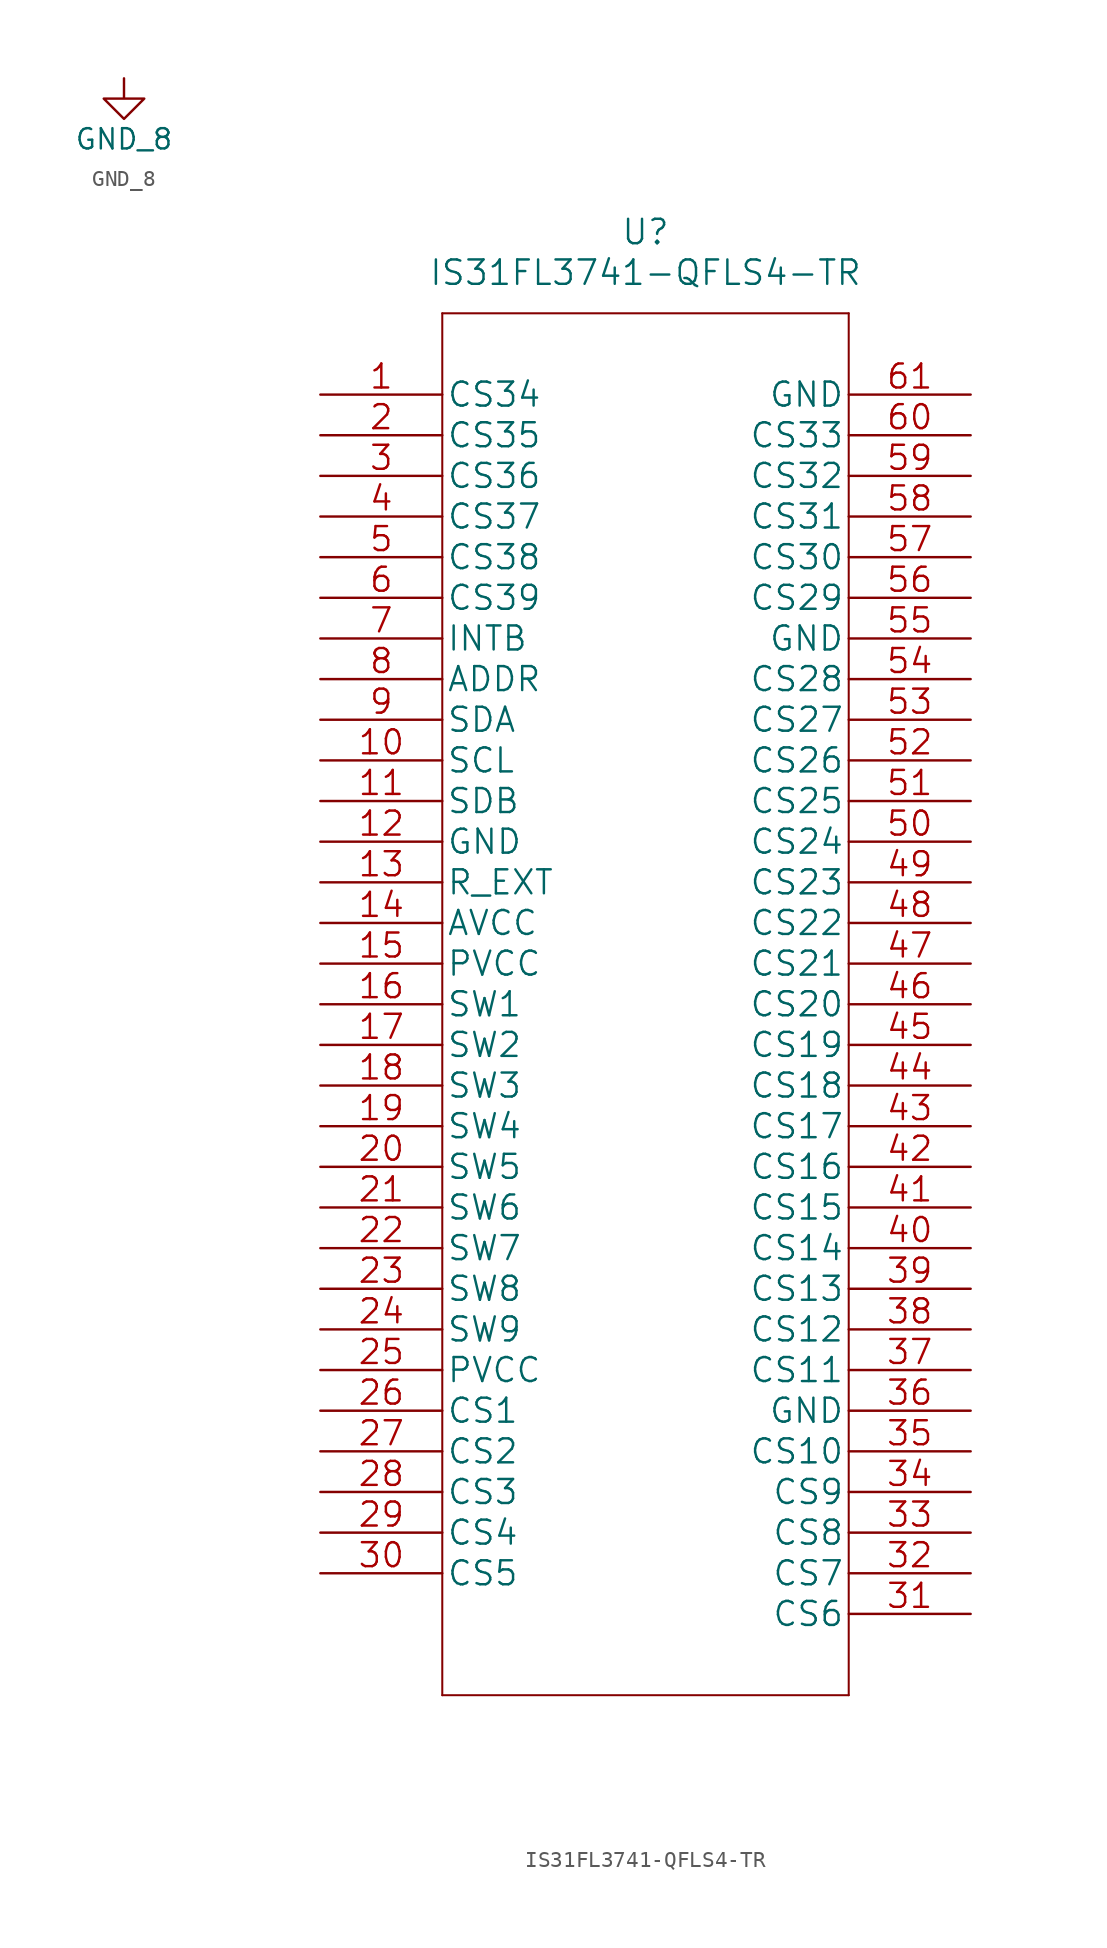
<source format=kicad_sym>
(kicad_symbol_lib
  (version 20211014)
  (generator kicad_symbol_editor)
  (symbol "GND_8"
    (power)
    (pin_names
      (offset 0))
    (property "Reference" "#PWR"
      (at 0 -6.35 0)
      (effects (font (size 1.27 1.27)) hide))
    (property "Value" "GND_8"
      (at 0 -3.81 0)
      (effects (font (size 1.27 1.27))))
    (symbol "GND_8_0_1"
      (polyline (pts (xy 0 0) (xy 0 -1.27) (xy 1.27 -1.27) (xy 0 -2.54) (xy -1.27 -1.27) (xy 0 -1.27)) (stroke (width 0) (type default) (color 0 0 0 0)) (fill (type none))))
    (symbol "GND_8_1_1"
      (pin power_in line (at 0 0 270) (length 0) hide (name "GND_8" (effects (font (size 1.27 1.27)))) (number "1" (effects (font (size 1.27 1.27)))))))
  (symbol "IS31FL3741-QFLS4-TR"
    (pin_names
      (offset 0.254))
    (property "Reference" "U"
      (at 20.32 10.16 0)
      (effects (font (size 1.524 1.524))))
    (property "Value" "IS31FL3741-QFLS4-TR"
      (at 20.32 7.62 0)
      (effects (font (size 1.524 1.524))))
    (property "Datasheet" ""
      (at 0 0 0)
      (effects (font (size 1.524 1.524))))
    (property "ki_locked" ""
      (at 0 0 0)
      (effects (font (size 1.27 1.27))))
    (symbol "IS31FL3741-QFLS4-TR_1_1"
      (polyline (pts (xy 7.62 -81.28) (xy 33.02 -81.28)) (stroke (width 0.127) (type default) (color 0 0 0 0)) (fill (type none)))
      (polyline (pts (xy 7.62 5.08) (xy 7.62 -81.28)) (stroke (width 0.127) (type default) (color 0 0 0 0)) (fill (type none)))
      (polyline (pts (xy 33.02 -81.28) (xy 33.02 5.08)) (stroke (width 0.127) (type default) (color 0 0 0 0)) (fill (type none)))
      (polyline (pts (xy 33.02 5.08) (xy 7.62 5.08)) (stroke (width 0.127) (type default) (color 0 0 0 0)) (fill (type none)))
      (pin bidirectional line (at 0 0 0) (length 7.62) (name "CS34" (effects (font (size 1.499 1.499)))) (number "1" (effects (font (size 1.499 1.499)))))
      (pin unspecified line (at 0 -22.86 0) (length 7.62) (name "SCL" (effects (font (size 1.499 1.499)))) (number "10" (effects (font (size 1.499 1.499)))))
      (pin unspecified line (at 0 -25.4 0) (length 7.62) (name "SDB" (effects (font (size 1.499 1.499)))) (number "11" (effects (font (size 1.499 1.499)))))
      (pin power_in line (at 0 -27.94 0) (length 7.62) (name "GND" (effects (font (size 1.499 1.499)))) (number "12" (effects (font (size 1.499 1.499)))))
      (pin unspecified line (at 0 -30.48 0) (length 7.62) (name "R_EXT" (effects (font (size 1.499 1.499)))) (number "13" (effects (font (size 1.499 1.499)))))
      (pin power_in line (at 0 -33.02 0) (length 7.62) (name "AVCC" (effects (font (size 1.499 1.499)))) (number "14" (effects (font (size 1.499 1.499)))))
      (pin power_in line (at 0 -35.56 0) (length 7.62) (name "PVCC" (effects (font (size 1.499 1.499)))) (number "15" (effects (font (size 1.499 1.499)))))
      (pin bidirectional line (at 0 -38.1 0) (length 7.62) (name "SW1" (effects (font (size 1.499 1.499)))) (number "16" (effects (font (size 1.499 1.499)))))
      (pin bidirectional line (at 0 -40.64 0) (length 7.62) (name "SW2" (effects (font (size 1.499 1.499)))) (number "17" (effects (font (size 1.499 1.499)))))
      (pin bidirectional line (at 0 -43.18 0) (length 7.62) (name "SW3" (effects (font (size 1.499 1.499)))) (number "18" (effects (font (size 1.499 1.499)))))
      (pin bidirectional line (at 0 -45.72 0) (length 7.62) (name "SW4" (effects (font (size 1.499 1.499)))) (number "19" (effects (font (size 1.499 1.499)))))
      (pin bidirectional line (at 0 -2.54 0) (length 7.62) (name "CS35" (effects (font (size 1.499 1.499)))) (number "2" (effects (font (size 1.499 1.499)))))
      (pin bidirectional line (at 0 -48.26 0) (length 7.62) (name "SW5" (effects (font (size 1.499 1.499)))) (number "20" (effects (font (size 1.499 1.499)))))
      (pin bidirectional line (at 0 -50.8 0) (length 7.62) (name "SW6" (effects (font (size 1.499 1.499)))) (number "21" (effects (font (size 1.499 1.499)))))
      (pin bidirectional line (at 0 -53.34 0) (length 7.62) (name "SW7" (effects (font (size 1.499 1.499)))) (number "22" (effects (font (size 1.499 1.499)))))
      (pin bidirectional line (at 0 -55.88 0) (length 7.62) (name "SW8" (effects (font (size 1.499 1.499)))) (number "23" (effects (font (size 1.499 1.499)))))
      (pin bidirectional line (at 0 -58.42 0) (length 7.62) (name "SW9" (effects (font (size 1.499 1.499)))) (number "24" (effects (font (size 1.499 1.499)))))
      (pin power_in line (at 0 -60.96 0) (length 7.62) (name "PVCC" (effects (font (size 1.499 1.499)))) (number "25" (effects (font (size 1.499 1.499)))))
      (pin bidirectional line (at 0 -63.5 0) (length 7.62) (name "CS1" (effects (font (size 1.499 1.499)))) (number "26" (effects (font (size 1.499 1.499)))))
      (pin bidirectional line (at 0 -66.04 0) (length 7.62) (name "CS2" (effects (font (size 1.499 1.499)))) (number "27" (effects (font (size 1.499 1.499)))))
      (pin bidirectional line (at 0 -68.58 0) (length 7.62) (name "CS3" (effects (font (size 1.499 1.499)))) (number "28" (effects (font (size 1.499 1.499)))))
      (pin bidirectional line (at 0 -71.12 0) (length 7.62) (name "CS4" (effects (font (size 1.499 1.499)))) (number "29" (effects (font (size 1.499 1.499)))))
      (pin bidirectional line (at 0 -5.08 0) (length 7.62) (name "CS36" (effects (font (size 1.499 1.499)))) (number "3" (effects (font (size 1.499 1.499)))))
      (pin bidirectional line (at 0 -73.66 0) (length 7.62) (name "CS5" (effects (font (size 1.499 1.499)))) (number "30" (effects (font (size 1.499 1.499)))))
      (pin bidirectional line (at 40.64 -76.2 180) (length 7.62) (name "CS6" (effects (font (size 1.499 1.499)))) (number "31" (effects (font (size 1.499 1.499)))))
      (pin bidirectional line (at 40.64 -73.66 180) (length 7.62) (name "CS7" (effects (font (size 1.499 1.499)))) (number "32" (effects (font (size 1.499 1.499)))))
      (pin bidirectional line (at 40.64 -71.12 180) (length 7.62) (name "CS8" (effects (font (size 1.499 1.499)))) (number "33" (effects (font (size 1.499 1.499)))))
      (pin bidirectional line (at 40.64 -68.58 180) (length 7.62) (name "CS9" (effects (font (size 1.499 1.499)))) (number "34" (effects (font (size 1.499 1.499)))))
      (pin bidirectional line (at 40.64 -66.04 180) (length 7.62) (name "CS10" (effects (font (size 1.499 1.499)))) (number "35" (effects (font (size 1.499 1.499)))))
      (pin power_in line (at 40.64 -63.5 180) (length 7.62) (name "GND" (effects (font (size 1.499 1.499)))) (number "36" (effects (font (size 1.499 1.499)))))
      (pin bidirectional line (at 40.64 -60.96 180) (length 7.62) (name "CS11" (effects (font (size 1.499 1.499)))) (number "37" (effects (font (size 1.499 1.499)))))
      (pin bidirectional line (at 40.64 -58.42 180) (length 7.62) (name "CS12" (effects (font (size 1.499 1.499)))) (number "38" (effects (font (size 1.499 1.499)))))
      (pin bidirectional line (at 40.64 -55.88 180) (length 7.62) (name "CS13" (effects (font (size 1.499 1.499)))) (number "39" (effects (font (size 1.499 1.499)))))
      (pin bidirectional line (at 0 -7.62 0) (length 7.62) (name "CS37" (effects (font (size 1.499 1.499)))) (number "4" (effects (font (size 1.499 1.499)))))
      (pin bidirectional line (at 40.64 -53.34 180) (length 7.62) (name "CS14" (effects (font (size 1.499 1.499)))) (number "40" (effects (font (size 1.499 1.499)))))
      (pin bidirectional line (at 40.64 -50.8 180) (length 7.62) (name "CS15" (effects (font (size 1.499 1.499)))) (number "41" (effects (font (size 1.499 1.499)))))
      (pin bidirectional line (at 40.64 -48.26 180) (length 7.62) (name "CS16" (effects (font (size 1.499 1.499)))) (number "42" (effects (font (size 1.499 1.499)))))
      (pin bidirectional line (at 40.64 -45.72 180) (length 7.62) (name "CS17" (effects (font (size 1.499 1.499)))) (number "43" (effects (font (size 1.499 1.499)))))
      (pin bidirectional line (at 40.64 -43.18 180) (length 7.62) (name "CS18" (effects (font (size 1.499 1.499)))) (number "44" (effects (font (size 1.499 1.499)))))
      (pin bidirectional line (at 40.64 -40.64 180) (length 7.62) (name "CS19" (effects (font (size 1.499 1.499)))) (number "45" (effects (font (size 1.499 1.499)))))
      (pin bidirectional line (at 40.64 -38.1 180) (length 7.62) (name "CS20" (effects (font (size 1.499 1.499)))) (number "46" (effects (font (size 1.499 1.499)))))
      (pin bidirectional line (at 40.64 -35.56 180) (length 7.62) (name "CS21" (effects (font (size 1.499 1.499)))) (number "47" (effects (font (size 1.499 1.499)))))
      (pin bidirectional line (at 40.64 -33.02 180) (length 7.62) (name "CS22" (effects (font (size 1.499 1.499)))) (number "48" (effects (font (size 1.499 1.499)))))
      (pin bidirectional line (at 40.64 -30.48 180) (length 7.62) (name "CS23" (effects (font (size 1.499 1.499)))) (number "49" (effects (font (size 1.499 1.499)))))
      (pin bidirectional line (at 0 -10.16 0) (length 7.62) (name "CS38" (effects (font (size 1.499 1.499)))) (number "5" (effects (font (size 1.499 1.499)))))
      (pin bidirectional line (at 40.64 -27.94 180) (length 7.62) (name "CS24" (effects (font (size 1.499 1.499)))) (number "50" (effects (font (size 1.499 1.499)))))
      (pin bidirectional line (at 40.64 -25.4 180) (length 7.62) (name "CS25" (effects (font (size 1.499 1.499)))) (number "51" (effects (font (size 1.499 1.499)))))
      (pin bidirectional line (at 40.64 -22.86 180) (length 7.62) (name "CS26" (effects (font (size 1.499 1.499)))) (number "52" (effects (font (size 1.499 1.499)))))
      (pin bidirectional line (at 40.64 -20.32 180) (length 7.62) (name "CS27" (effects (font (size 1.499 1.499)))) (number "53" (effects (font (size 1.499 1.499)))))
      (pin bidirectional line (at 40.64 -17.78 180) (length 7.62) (name "CS28" (effects (font (size 1.499 1.499)))) (number "54" (effects (font (size 1.499 1.499)))))
      (pin power_in line (at 40.64 -15.24 180) (length 7.62) (name "GND" (effects (font (size 1.499 1.499)))) (number "55" (effects (font (size 1.499 1.499)))))
      (pin bidirectional line (at 40.64 -12.7 180) (length 7.62) (name "CS29" (effects (font (size 1.499 1.499)))) (number "56" (effects (font (size 1.499 1.499)))))
      (pin bidirectional line (at 40.64 -10.16 180) (length 7.62) (name "CS30" (effects (font (size 1.499 1.499)))) (number "57" (effects (font (size 1.499 1.499)))))
      (pin bidirectional line (at 40.64 -7.62 180) (length 7.62) (name "CS31" (effects (font (size 1.499 1.499)))) (number "58" (effects (font (size 1.499 1.499)))))
      (pin bidirectional line (at 40.64 -5.08 180) (length 7.62) (name "CS32" (effects (font (size 1.499 1.499)))) (number "59" (effects (font (size 1.499 1.499)))))
      (pin bidirectional line (at 0 -12.7 0) (length 7.62) (name "CS39" (effects (font (size 1.499 1.499)))) (number "6" (effects (font (size 1.499 1.499)))))
      (pin bidirectional line (at 40.64 -2.54 180) (length 7.62) (name "CS33" (effects (font (size 1.499 1.499)))) (number "60" (effects (font (size 1.499 1.499)))))
      (pin power_in line (at 40.64 0 180) (length 7.62) (name "GND" (effects (font (size 1.499 1.499)))) (number "61" (effects (font (size 1.499 1.499)))))
      (pin output line (at 0 -15.24 0) (length 7.62) (name "INTB" (effects (font (size 1.499 1.499)))) (number "7" (effects (font (size 1.499 1.499)))))
      (pin input line (at 0 -17.78 0) (length 7.62) (name "ADDR" (effects (font (size 1.499 1.499)))) (number "8" (effects (font (size 1.499 1.499)))))
      (pin unspecified line (at 0 -20.32 0) (length 7.62) (name "SDA" (effects (font (size 1.499 1.499)))) (number "9" (effects (font (size 1.499 1.499))))))))
</source>
